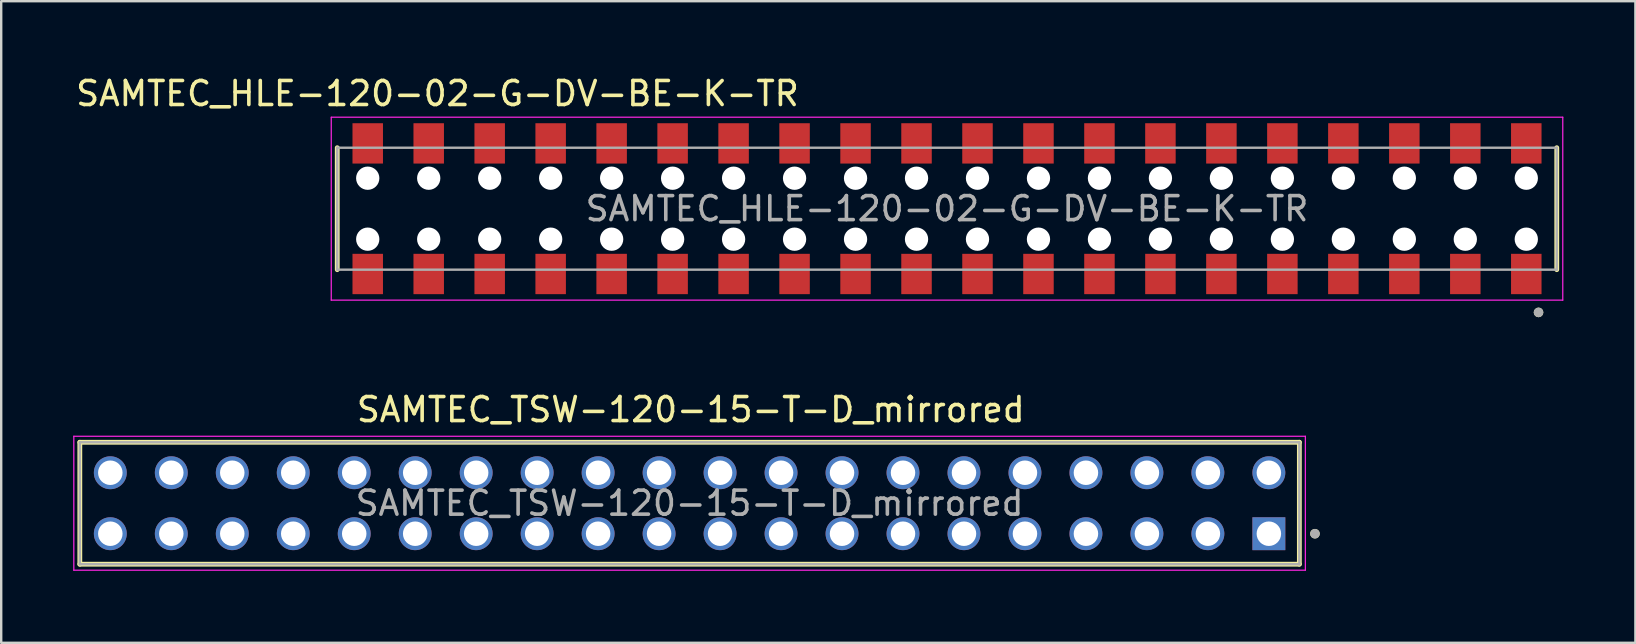
<source format=kicad_pcb>
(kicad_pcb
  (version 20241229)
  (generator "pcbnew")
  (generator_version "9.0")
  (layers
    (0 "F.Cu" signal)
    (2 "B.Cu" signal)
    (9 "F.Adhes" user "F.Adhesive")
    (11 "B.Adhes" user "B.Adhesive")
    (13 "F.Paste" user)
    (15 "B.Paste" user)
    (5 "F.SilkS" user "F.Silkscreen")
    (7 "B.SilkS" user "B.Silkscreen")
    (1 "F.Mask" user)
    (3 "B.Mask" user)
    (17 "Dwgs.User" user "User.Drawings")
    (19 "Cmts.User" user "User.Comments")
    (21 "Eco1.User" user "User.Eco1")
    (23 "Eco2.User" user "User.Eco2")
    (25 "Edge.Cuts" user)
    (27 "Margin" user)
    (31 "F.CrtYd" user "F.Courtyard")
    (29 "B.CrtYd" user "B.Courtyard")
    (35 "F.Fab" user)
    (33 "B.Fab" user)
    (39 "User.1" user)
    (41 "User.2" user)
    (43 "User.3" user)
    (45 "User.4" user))
  (footprint "SAMTEC_HLE-120-02-G-DV-BE-K-TR"
    (layer "F.Cu")
    (at 36.398 5.643)
    (property "Reference" "SAMTEC_HLE-120-02-G-DV-BE-K-TR" (at -21.225 -4.795 0) (layer "F.SilkS") (effects (font (size 1 1) (thickness 0.15))))
    (attr through_hole)
    (fp_line (start -25.4 2.54) (end -25.4 -2.54) (stroke (width 0.2) (type solid)) (layer "F.SilkS"))
    (fp_line (start 25.4 2.54) (end 25.4 -2.54) (stroke (width 0.2) (type solid)) (layer "F.SilkS"))
    (fp_circle (center 24.64 4.32) (end 24.74 4.32) (stroke (width 0.2) (type solid)) (fill no) (layer "F.SilkS"))
    (fp_line (start -25.65 -3.81) (end 25.65 -3.81) (stroke (width 0.05) (type solid)) (layer "F.CrtYd"))
    (fp_line (start -25.65 3.81) (end -25.65 -3.81) (stroke (width 0.05) (type solid)) (layer "F.CrtYd"))
    (fp_line (start 25.65 -3.81) (end 25.65 3.81) (stroke (width 0.05) (type solid)) (layer "F.CrtYd"))
    (fp_line (start 25.65 3.81) (end -25.65 3.81) (stroke (width 0.05) (type solid)) (layer "F.CrtYd"))
    (fp_line (start -25.4 -2.54) (end 25.4 -2.54) (stroke (width 0.1) (type solid)) (layer "F.Fab"))
    (fp_line (start -25.4 2.54) (end -25.4 -2.54) (stroke (width 0.1) (type solid)) (layer "F.Fab"))
    (fp_line (start 25.4 -2.54) (end 25.4 2.54) (stroke (width 0.1) (type solid)) (layer "F.Fab"))
    (fp_line (start 25.4 2.54) (end -25.4 2.54) (stroke (width 0.1) (type solid)) (layer "F.Fab"))
    (fp_circle (center 24.64 4.32) (end 24.74 4.32) (stroke (width 0.2) (type solid)) (fill no) (layer "F.Fab"))
    (fp_text user "${REFERENCE}" (at 0 0 0) (layer "F.Fab") (effects (font (size 1 1) (thickness 0.15))))
    (pad "" np_thru_hole circle (at -24.13 -1.27) (size 0.97 0.97) (drill 0.97) (layers "*.Cu" "*.Mask"))
    (pad "" np_thru_hole circle (at -24.13 1.27) (size 0.97 0.97) (drill 0.97) (layers "*.Cu" "*.Mask"))
    (pad "" np_thru_hole circle (at -21.59 -1.27) (size 0.97 0.97) (drill 0.97) (layers "*.Cu" "*.Mask"))
    (pad "" np_thru_hole circle (at -21.59 1.27) (size 0.97 0.97) (drill 0.97) (layers "*.Cu" "*.Mask"))
    (pad "" np_thru_hole circle (at -19.05 -1.27) (size 0.97 0.97) (drill 0.97) (layers "*.Cu" "*.Mask"))
    (pad "" np_thru_hole circle (at -19.05 1.27) (size 0.97 0.97) (drill 0.97) (layers "*.Cu" "*.Mask"))
    (pad "" np_thru_hole circle (at -16.51 -1.27) (size 0.97 0.97) (drill 0.97) (layers "*.Cu" "*.Mask"))
    (pad "" np_thru_hole circle (at -16.51 1.27) (size 0.97 0.97) (drill 0.97) (layers "*.Cu" "*.Mask"))
    (pad "" np_thru_hole circle (at -13.97 -1.27) (size 0.97 0.97) (drill 0.97) (layers "*.Cu" "*.Mask"))
    (pad "" np_thru_hole circle (at -13.97 1.27) (size 0.97 0.97) (drill 0.97) (layers "*.Cu" "*.Mask"))
    (pad "" np_thru_hole circle (at -11.43 -1.27) (size 0.97 0.97) (drill 0.97) (layers "*.Cu" "*.Mask"))
    (pad "" np_thru_hole circle (at -11.43 1.27) (size 0.97 0.97) (drill 0.97) (layers "*.Cu" "*.Mask"))
    (pad "" np_thru_hole circle (at -8.89 -1.27) (size 0.97 0.97) (drill 0.97) (layers "*.Cu" "*.Mask"))
    (pad "" np_thru_hole circle (at -8.89 1.27) (size 0.97 0.97) (drill 0.97) (layers "*.Cu" "*.Mask"))
    (pad "" np_thru_hole circle (at -6.35 -1.27) (size 0.97 0.97) (drill 0.97) (layers "*.Cu" "*.Mask"))
    (pad "" np_thru_hole circle (at -6.35 1.27) (size 0.97 0.97) (drill 0.97) (layers "*.Cu" "*.Mask"))
    (pad "" np_thru_hole circle (at -3.81 -1.27) (size 0.97 0.97) (drill 0.97) (layers "*.Cu" "*.Mask"))
    (pad "" np_thru_hole circle (at -3.81 1.27) (size 0.97 0.97) (drill 0.97) (layers "*.Cu" "*.Mask"))
    (pad "" np_thru_hole circle (at -1.27 -1.27) (size 0.97 0.97) (drill 0.97) (layers "*.Cu" "*.Mask"))
    (pad "" np_thru_hole circle (at -1.27 1.27) (size 0.97 0.97) (drill 0.97) (layers "*.Cu" "*.Mask"))
    (pad "" np_thru_hole circle (at 1.27 -1.27) (size 0.97 0.97) (drill 0.97) (layers "*.Cu" "*.Mask"))
    (pad "" np_thru_hole circle (at 1.27 1.27) (size 0.97 0.97) (drill 0.97) (layers "*.Cu" "*.Mask"))
    (pad "" np_thru_hole circle (at 3.81 -1.27) (size 0.97 0.97) (drill 0.97) (layers "*.Cu" "*.Mask"))
    (pad "" np_thru_hole circle (at 3.81 1.27) (size 0.97 0.97) (drill 0.97) (layers "*.Cu" "*.Mask"))
    (pad "" np_thru_hole circle (at 6.35 -1.27) (size 0.97 0.97) (drill 0.97) (layers "*.Cu" "*.Mask"))
    (pad "" np_thru_hole circle (at 6.35 1.27) (size 0.97 0.97) (drill 0.97) (layers "*.Cu" "*.Mask"))
    (pad "" np_thru_hole circle (at 8.89 -1.27) (size 0.97 0.97) (drill 0.97) (layers "*.Cu" "*.Mask"))
    (pad "" np_thru_hole circle (at 8.89 1.27) (size 0.97 0.97) (drill 0.97) (layers "*.Cu" "*.Mask"))
    (pad "" np_thru_hole circle (at 11.43 -1.27) (size 0.97 0.97) (drill 0.97) (layers "*.Cu" "*.Mask"))
    (pad "" np_thru_hole circle (at 11.43 1.27) (size 0.97 0.97) (drill 0.97) (layers "*.Cu" "*.Mask"))
    (pad "" np_thru_hole circle (at 13.97 -1.27) (size 0.97 0.97) (drill 0.97) (layers "*.Cu" "*.Mask"))
    (pad "" np_thru_hole circle (at 13.97 1.27) (size 0.97 0.97) (drill 0.97) (layers "*.Cu" "*.Mask"))
    (pad "" np_thru_hole circle (at 16.51 -1.27) (size 0.97 0.97) (drill 0.97) (layers "*.Cu" "*.Mask"))
    (pad "" np_thru_hole circle (at 16.51 1.27) (size 0.97 0.97) (drill 0.97) (layers "*.Cu" "*.Mask"))
    (pad "" np_thru_hole circle (at 19.05 -1.27) (size 0.97 0.97) (drill 0.97) (layers "*.Cu" "*.Mask"))
    (pad "" np_thru_hole circle (at 19.05 1.27) (size 0.97 0.97) (drill 0.97) (layers "*.Cu" "*.Mask"))
    (pad "" np_thru_hole circle (at 21.59 -1.27) (size 0.97 0.97) (drill 0.97) (layers "*.Cu" "*.Mask"))
    (pad "" np_thru_hole circle (at 21.59 1.27) (size 0.97 0.97) (drill 0.97) (layers "*.Cu" "*.Mask"))
    (pad "" np_thru_hole circle (at 24.13 -1.27) (size 0.97 0.97) (drill 0.97) (layers "*.Cu" "*.Mask"))
    (pad "" np_thru_hole circle (at 24.13 1.27) (size 0.97 0.97) (drill 0.97) (layers "*.Cu" "*.Mask"))
    (pad "1" smd rect (at 24.13 2.72) (size 1.27 1.68) (layers "F.Cu" "F.Mask" "F.Paste"))
    (pad "2" smd rect (at 24.13 -2.72) (size 1.27 1.68) (layers "F.Cu" "F.Mask" "F.Paste"))
    (pad "3" smd rect (at 21.59 2.72) (size 1.27 1.68) (layers "F.Cu" "F.Mask" "F.Paste"))
    (pad "4" smd rect (at 21.59 -2.72) (size 1.27 1.68) (layers "F.Cu" "F.Mask" "F.Paste"))
    (pad "5" smd rect (at 19.05 2.72) (size 1.27 1.68) (layers "F.Cu" "F.Mask" "F.Paste"))
    (pad "6" smd rect (at 19.05 -2.72) (size 1.27 1.68) (layers "F.Cu" "F.Mask" "F.Paste"))
    (pad "7" smd rect (at 16.51 2.72) (size 1.27 1.68) (layers "F.Cu" "F.Mask" "F.Paste"))
    (pad "8" smd rect (at 16.51 -2.72) (size 1.27 1.68) (layers "F.Cu" "F.Mask" "F.Paste"))
    (pad "9" smd rect (at 13.97 2.72) (size 1.27 1.68) (layers "F.Cu" "F.Mask" "F.Paste"))
    (pad "10" smd rect (at 13.97 -2.72) (size 1.27 1.68) (layers "F.Cu" "F.Mask" "F.Paste"))
    (pad "11" smd rect (at 11.43 2.72) (size 1.27 1.68) (layers "F.Cu" "F.Mask" "F.Paste"))
    (pad "12" smd rect (at 11.43 -2.72) (size 1.27 1.68) (layers "F.Cu" "F.Mask" "F.Paste"))
    (pad "13" smd rect (at 8.89 2.72) (size 1.27 1.68) (layers "F.Cu" "F.Mask" "F.Paste"))
    (pad "14" smd rect (at 8.89 -2.72) (size 1.27 1.68) (layers "F.Cu" "F.Mask" "F.Paste"))
    (pad "15" smd rect (at 6.35 2.72) (size 1.27 1.68) (layers "F.Cu" "F.Mask" "F.Paste"))
    (pad "16" smd rect (at 6.35 -2.72) (size 1.27 1.68) (layers "F.Cu" "F.Mask" "F.Paste"))
    (pad "17" smd rect (at 3.81 2.72) (size 1.27 1.68) (layers "F.Cu" "F.Mask" "F.Paste"))
    (pad "18" smd rect (at 3.81 -2.72) (size 1.27 1.68) (layers "F.Cu" "F.Mask" "F.Paste"))
    (pad "19" smd rect (at 1.27 2.72) (size 1.27 1.68) (layers "F.Cu" "F.Mask" "F.Paste"))
    (pad "20" smd rect (at 1.27 -2.72) (size 1.27 1.68) (layers "F.Cu" "F.Mask" "F.Paste"))
    (pad "21" smd rect (at -1.27 2.72) (size 1.27 1.68) (layers "F.Cu" "F.Mask" "F.Paste"))
    (pad "22" smd rect (at -1.27 -2.72) (size 1.27 1.68) (layers "F.Cu" "F.Mask" "F.Paste"))
    (pad "23" smd rect (at -3.81 2.72) (size 1.27 1.68) (layers "F.Cu" "F.Mask" "F.Paste"))
    (pad "24" smd rect (at -3.81 -2.72) (size 1.27 1.68) (layers "F.Cu" "F.Mask" "F.Paste"))
    (pad "25" smd rect (at -6.35 2.72) (size 1.27 1.68) (layers "F.Cu" "F.Mask" "F.Paste"))
    (pad "26" smd rect (at -6.35 -2.72) (size 1.27 1.68) (layers "F.Cu" "F.Mask" "F.Paste"))
    (pad "27" smd rect (at -8.89 2.72) (size 1.27 1.68) (layers "F.Cu" "F.Mask" "F.Paste"))
    (pad "28" smd rect (at -8.89 -2.72) (size 1.27 1.68) (layers "F.Cu" "F.Mask" "F.Paste"))
    (pad "29" smd rect (at -11.43 2.72) (size 1.27 1.68) (layers "F.Cu" "F.Mask" "F.Paste"))
    (pad "30" smd rect (at -11.43 -2.72) (size 1.27 1.68) (layers "F.Cu" "F.Mask" "F.Paste"))
    (pad "31" smd rect (at -13.97 2.72) (size 1.27 1.68) (layers "F.Cu" "F.Mask" "F.Paste"))
    (pad "32" smd rect (at -13.97 -2.72) (size 1.27 1.68) (layers "F.Cu" "F.Mask" "F.Paste"))
    (pad "33" smd rect (at -16.51 2.72) (size 1.27 1.68) (layers "F.Cu" "F.Mask" "F.Paste"))
    (pad "34" smd rect (at -16.51 -2.72) (size 1.27 1.68) (layers "F.Cu" "F.Mask" "F.Paste"))
    (pad "35" smd rect (at -19.05 2.72) (size 1.27 1.68) (layers "F.Cu" "F.Mask" "F.Paste"))
    (pad "36" smd rect (at -19.05 -2.72) (size 1.27 1.68) (layers "F.Cu" "F.Mask" "F.Paste"))
    (pad "37" smd rect (at -21.59 2.72) (size 1.27 1.68) (layers "F.Cu" "F.Mask" "F.Paste"))
    (pad "38" smd rect (at -21.59 -2.72) (size 1.27 1.68) (layers "F.Cu" "F.Mask" "F.Paste"))
    (pad "39" smd rect (at -24.13 2.72) (size 1.27 1.68) (layers "F.Cu" "F.Mask" "F.Paste"))
    (pad "40" smd rect (at -24.13 -2.72) (size 1.27 1.68) (layers "F.Cu" "F.Mask" "F.Paste")))
  (footprint "SAMTEC_TSW-120-15-T-D_mirrored"
    (layer "F.Cu")
    (at 25.675 17.912)
    (property "Reference" "SAMTEC_TSW-120-15-T-D_mirrored" (at 0.05 -3.9 0) (layer "F.SilkS") (effects (font (size 1 1) (thickness 0.15))))
    (attr through_hole)
    (fp_line (start -25.4 -2.54) (end -25.4 2.54) (stroke (width 0.2) (type solid)) (layer "F.SilkS"))
    (fp_line (start -25.4 -2.54) (end 25.4 -2.54) (stroke (width 0.2) (type solid)) (layer "F.SilkS"))
    (fp_line (start -25.4 2.54) (end 25.4 2.54) (stroke (width 0.2) (type solid)) (layer "F.SilkS"))
    (fp_line (start 25.4 2.54) (end 25.4 -2.54) (stroke (width 0.2) (type solid)) (layer "F.SilkS"))
    (fp_circle (center 26.05 1.27) (end 25.95 1.27) (stroke (width 0.2) (type solid)) (fill no) (layer "F.SilkS"))
    (fp_line (start -25.65 -2.79) (end -25.65 2.79) (stroke (width 0.05) (type solid)) (layer "F.CrtYd"))
    (fp_line (start -25.65 2.79) (end 25.65 2.79) (stroke (width 0.05) (type solid)) (layer "F.CrtYd"))
    (fp_line (start 25.65 -2.79) (end -25.65 -2.79) (stroke (width 0.05) (type solid)) (layer "F.CrtYd"))
    (fp_line (start 25.65 2.79) (end 25.65 -2.79) (stroke (width 0.05) (type solid)) (layer "F.CrtYd"))
    (fp_line (start -25.4 -2.54) (end -25.4 2.54) (stroke (width 0.1) (type solid)) (layer "F.Fab"))
    (fp_line (start -25.4 2.54) (end 25.4 2.54) (stroke (width 0.1) (type solid)) (layer "F.Fab"))
    (fp_line (start 25.4 -2.54) (end -25.4 -2.54) (stroke (width 0.1) (type solid)) (layer "F.Fab"))
    (fp_line (start 25.4 2.54) (end 25.4 -2.54) (stroke (width 0.1) (type solid)) (layer "F.Fab"))
    (fp_circle (center 26.05 1.27) (end 25.95 1.27) (stroke (width 0.2) (type solid)) (fill no) (layer "F.Fab"))
    (fp_text user "${REFERENCE}" (at 0 0 0) (layer "F.Fab") (effects (font (size 1 1) (thickness 0.15))))
    (pad "1" thru_hole rect (at 24.13 1.27) (size 1.37 1.37) (drill 1.02) (layers "*.Cu" "*.Mask"))
    (pad "2" thru_hole circle (at 24.13 -1.27) (size 1.37 1.37) (drill 1.02) (layers "*.Cu" "*.Mask"))
    (pad "3" thru_hole circle (at 21.59 1.27) (size 1.37 1.37) (drill 1.02) (layers "*.Cu" "*.Mask"))
    (pad "4" thru_hole circle (at 21.59 -1.27) (size 1.37 1.37) (drill 1.02) (layers "*.Cu" "*.Mask"))
    (pad "5" thru_hole circle (at 19.05 1.27) (size 1.37 1.37) (drill 1.02) (layers "*.Cu" "*.Mask"))
    (pad "6" thru_hole circle (at 19.05 -1.27) (size 1.37 1.37) (drill 1.02) (layers "*.Cu" "*.Mask"))
    (pad "7" thru_hole circle (at 16.51 1.27) (size 1.37 1.37) (drill 1.02) (layers "*.Cu" "*.Mask"))
    (pad "8" thru_hole circle (at 16.51 -1.27) (size 1.37 1.37) (drill 1.02) (layers "*.Cu" "*.Mask"))
    (pad "9" thru_hole circle (at 13.97 1.27) (size 1.37 1.37) (drill 1.02) (layers "*.Cu" "*.Mask"))
    (pad "10" thru_hole circle (at 13.97 -1.27) (size 1.37 1.37) (drill 1.02) (layers "*.Cu" "*.Mask"))
    (pad "11" thru_hole circle (at 11.43 1.27) (size 1.37 1.37) (drill 1.02) (layers "*.Cu" "*.Mask"))
    (pad "12" thru_hole circle (at 11.43 -1.27) (size 1.37 1.37) (drill 1.02) (layers "*.Cu" "*.Mask"))
    (pad "13" thru_hole circle (at 8.89 1.27) (size 1.37 1.37) (drill 1.02) (layers "*.Cu" "*.Mask"))
    (pad "14" thru_hole circle (at 8.89 -1.27) (size 1.37 1.37) (drill 1.02) (layers "*.Cu" "*.Mask"))
    (pad "15" thru_hole circle (at 6.35 1.27) (size 1.37 1.37) (drill 1.02) (layers "*.Cu" "*.Mask"))
    (pad "16" thru_hole circle (at 6.35 -1.27) (size 1.37 1.37) (drill 1.02) (layers "*.Cu" "*.Mask"))
    (pad "17" thru_hole circle (at 3.81 1.27) (size 1.37 1.37) (drill 1.02) (layers "*.Cu" "*.Mask"))
    (pad "18" thru_hole circle (at 3.81 -1.27) (size 1.37 1.37) (drill 1.02) (layers "*.Cu" "*.Mask"))
    (pad "19" thru_hole circle (at 1.27 1.27) (size 1.37 1.37) (drill 1.02) (layers "*.Cu" "*.Mask"))
    (pad "20" thru_hole circle (at 1.27 -1.27) (size 1.37 1.37) (drill 1.02) (layers "*.Cu" "*.Mask"))
    (pad "21" thru_hole circle (at -1.27 1.27) (size 1.37 1.37) (drill 1.02) (layers "*.Cu" "*.Mask"))
    (pad "22" thru_hole circle (at -1.27 -1.27) (size 1.37 1.37) (drill 1.02) (layers "*.Cu" "*.Mask"))
    (pad "23" thru_hole circle (at -3.81 1.27) (size 1.37 1.37) (drill 1.02) (layers "*.Cu" "*.Mask"))
    (pad "24" thru_hole circle (at -3.81 -1.27) (size 1.37 1.37) (drill 1.02) (layers "*.Cu" "*.Mask"))
    (pad "25" thru_hole circle (at -6.35 1.27) (size 1.37 1.37) (drill 1.02) (layers "*.Cu" "*.Mask"))
    (pad "26" thru_hole circle (at -6.35 -1.27) (size 1.37 1.37) (drill 1.02) (layers "*.Cu" "*.Mask"))
    (pad "27" thru_hole circle (at -8.89 1.27) (size 1.37 1.37) (drill 1.02) (layers "*.Cu" "*.Mask"))
    (pad "28" thru_hole circle (at -8.89 -1.27) (size 1.37 1.37) (drill 1.02) (layers "*.Cu" "*.Mask"))
    (pad "29" thru_hole circle (at -11.43 1.27) (size 1.37 1.37) (drill 1.02) (layers "*.Cu" "*.Mask"))
    (pad "30" thru_hole circle (at -11.43 -1.27) (size 1.37 1.37) (drill 1.02) (layers "*.Cu" "*.Mask"))
    (pad "31" thru_hole circle (at -13.97 1.27) (size 1.37 1.37) (drill 1.02) (layers "*.Cu" "*.Mask"))
    (pad "32" thru_hole circle (at -13.97 -1.27) (size 1.37 1.37) (drill 1.02) (layers "*.Cu" "*.Mask"))
    (pad "33" thru_hole circle (at -16.51 1.27) (size 1.37 1.37) (drill 1.02) (layers "*.Cu" "*.Mask"))
    (pad "34" thru_hole circle (at -16.51 -1.27) (size 1.37 1.37) (drill 1.02) (layers "*.Cu" "*.Mask"))
    (pad "35" thru_hole circle (at -19.05 1.27) (size 1.37 1.37) (drill 1.02) (layers "*.Cu" "*.Mask"))
    (pad "36" thru_hole circle (at -19.05 -1.27) (size 1.37 1.37) (drill 1.02) (layers "*.Cu" "*.Mask"))
    (pad "37" thru_hole circle (at -21.59 1.27) (size 1.37 1.37) (drill 1.02) (layers "*.Cu" "*.Mask"))
    (pad "38" thru_hole circle (at -21.59 -1.27) (size 1.37 1.37) (drill 1.02) (layers "*.Cu" "*.Mask"))
    (pad "39" thru_hole circle (at -24.13 1.27) (size 1.37 1.37) (drill 1.02) (layers "*.Cu" "*.Mask"))
    (pad "40" thru_hole circle (at -24.13 -1.27) (size 1.37 1.37) (drill 1.02) (layers "*.Cu" "*.Mask")))
  (gr_rect
    (start -3 -3)
    (end 65.073 23.727)
    (stroke (width 0.1) (type default))
    (fill no)
    (layer "Edge.Cuts")))
</source>
